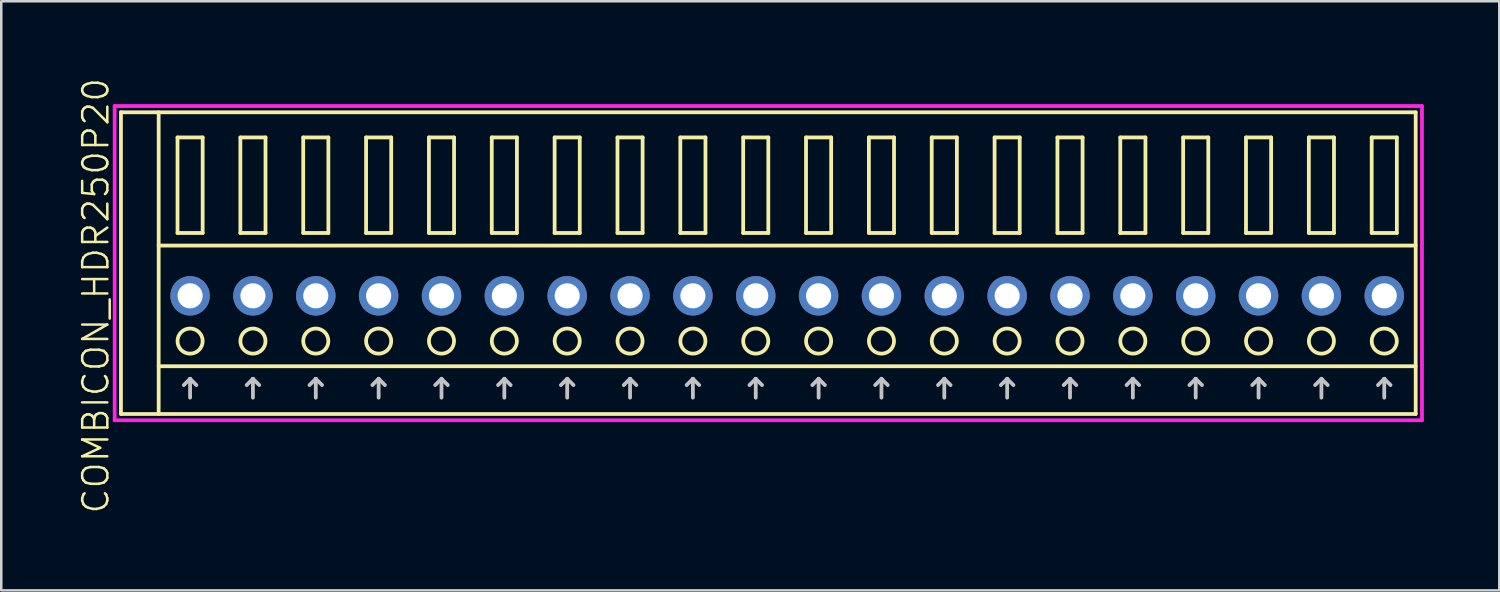
<source format=kicad_pcb>
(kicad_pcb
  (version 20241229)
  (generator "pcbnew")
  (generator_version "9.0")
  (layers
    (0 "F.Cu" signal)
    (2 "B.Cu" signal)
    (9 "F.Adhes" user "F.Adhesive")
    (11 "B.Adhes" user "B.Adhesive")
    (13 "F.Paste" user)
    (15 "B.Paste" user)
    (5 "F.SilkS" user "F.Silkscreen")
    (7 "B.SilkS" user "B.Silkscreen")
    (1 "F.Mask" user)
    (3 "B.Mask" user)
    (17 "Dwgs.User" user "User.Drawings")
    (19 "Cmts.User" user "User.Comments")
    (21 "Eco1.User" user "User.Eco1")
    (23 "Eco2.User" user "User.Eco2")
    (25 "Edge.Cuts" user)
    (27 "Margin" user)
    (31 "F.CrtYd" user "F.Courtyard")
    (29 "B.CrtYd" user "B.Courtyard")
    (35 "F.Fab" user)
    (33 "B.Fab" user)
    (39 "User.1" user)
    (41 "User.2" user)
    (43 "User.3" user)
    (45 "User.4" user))
  (footprint "COMBICON_HDR250P20"
    (layer "F.Cu")
    (at 28.261 8.717)
    (property "Reference" "COMBICON_HDR250P20" (at -27.5 0 90) (layer "F.SilkS") (effects (font (size 1 1) (thickness 0.1))))
    (attr through_hole)
    (fp_line (start -26.5 -7.3) (end -26.5 4.7) (stroke (width 0.15) (type solid)) (layer "F.SilkS"))
    (fp_line (start -26.5 4.7) (end 25 4.7) (stroke (width 0.15) (type solid)) (layer "F.SilkS"))
    (fp_line (start -25 -2) (end 25 -2) (stroke (width 0.15) (type solid)) (layer "F.SilkS"))
    (fp_line (start -25 2.8) (end 25 2.8) (stroke (width 0.15) (type solid)) (layer "F.SilkS"))
    (fp_line (start -25 4.7) (end -25 -7.3) (stroke (width 0.15) (type solid)) (layer "F.SilkS"))
    (fp_line (start -24.25 -6.3) (end -24.25 -2.5) (stroke (width 0.15) (type solid)) (layer "F.SilkS"))
    (fp_line (start -24.25 -2.5) (end -23.25 -2.5) (stroke (width 0.15) (type solid)) (layer "F.SilkS"))
    (fp_line (start -23.25 -6.3) (end -24.25 -6.3) (stroke (width 0.15) (type solid)) (layer "F.SilkS"))
    (fp_line (start -23.25 -2.5) (end -23.25 -6.3) (stroke (width 0.15) (type solid)) (layer "F.SilkS"))
    (fp_line (start -21.75 -6.3) (end -21.75 -2.5) (stroke (width 0.15) (type solid)) (layer "F.SilkS"))
    (fp_line (start -21.75 -2.5) (end -20.75 -2.5) (stroke (width 0.15) (type solid)) (layer "F.SilkS"))
    (fp_line (start -20.75 -6.3) (end -21.75 -6.3) (stroke (width 0.15) (type solid)) (layer "F.SilkS"))
    (fp_line (start -20.75 -2.5) (end -20.75 -6.3) (stroke (width 0.15) (type solid)) (layer "F.SilkS"))
    (fp_line (start -19.25 -6.3) (end -19.25 -2.5) (stroke (width 0.15) (type solid)) (layer "F.SilkS"))
    (fp_line (start -19.25 -2.5) (end -18.25 -2.5) (stroke (width 0.15) (type solid)) (layer "F.SilkS"))
    (fp_line (start -18.25 -6.3) (end -19.25 -6.3) (stroke (width 0.15) (type solid)) (layer "F.SilkS"))
    (fp_line (start -18.25 -2.5) (end -18.25 -6.3) (stroke (width 0.15) (type solid)) (layer "F.SilkS"))
    (fp_line (start -16.75 -6.3) (end -16.75 -2.5) (stroke (width 0.15) (type solid)) (layer "F.SilkS"))
    (fp_line (start -16.75 -2.5) (end -15.75 -2.5) (stroke (width 0.15) (type solid)) (layer "F.SilkS"))
    (fp_line (start -15.75 -6.3) (end -16.75 -6.3) (stroke (width 0.15) (type solid)) (layer "F.SilkS"))
    (fp_line (start -15.75 -2.5) (end -15.75 -6.3) (stroke (width 0.15) (type solid)) (layer "F.SilkS"))
    (fp_line (start -14.25 -6.3) (end -14.25 -2.5) (stroke (width 0.15) (type solid)) (layer "F.SilkS"))
    (fp_line (start -14.25 -2.5) (end -13.25 -2.5) (stroke (width 0.15) (type solid)) (layer "F.SilkS"))
    (fp_line (start -13.25 -6.3) (end -14.25 -6.3) (stroke (width 0.15) (type solid)) (layer "F.SilkS"))
    (fp_line (start -13.25 -2.5) (end -13.25 -6.3) (stroke (width 0.15) (type solid)) (layer "F.SilkS"))
    (fp_line (start -11.75 -6.3) (end -11.75 -2.5) (stroke (width 0.15) (type solid)) (layer "F.SilkS"))
    (fp_line (start -11.75 -2.5) (end -10.75 -2.5) (stroke (width 0.15) (type solid)) (layer "F.SilkS"))
    (fp_line (start -10.75 -6.3) (end -11.75 -6.3) (stroke (width 0.15) (type solid)) (layer "F.SilkS"))
    (fp_line (start -10.75 -2.5) (end -10.75 -6.3) (stroke (width 0.15) (type solid)) (layer "F.SilkS"))
    (fp_line (start -9.25 -6.3) (end -9.25 -2.5) (stroke (width 0.15) (type solid)) (layer "F.SilkS"))
    (fp_line (start -9.25 -2.5) (end -8.25 -2.5) (stroke (width 0.15) (type solid)) (layer "F.SilkS"))
    (fp_line (start -8.25 -6.3) (end -9.25 -6.3) (stroke (width 0.15) (type solid)) (layer "F.SilkS"))
    (fp_line (start -8.25 -2.5) (end -8.25 -6.3) (stroke (width 0.15) (type solid)) (layer "F.SilkS"))
    (fp_line (start -6.75 -6.3) (end -6.75 -2.5) (stroke (width 0.15) (type solid)) (layer "F.SilkS"))
    (fp_line (start -6.75 -2.5) (end -5.75 -2.5) (stroke (width 0.15) (type solid)) (layer "F.SilkS"))
    (fp_line (start -5.75 -6.3) (end -6.75 -6.3) (stroke (width 0.15) (type solid)) (layer "F.SilkS"))
    (fp_line (start -5.75 -2.5) (end -5.75 -6.3) (stroke (width 0.15) (type solid)) (layer "F.SilkS"))
    (fp_line (start -4.25 -6.3) (end -4.25 -2.5) (stroke (width 0.15) (type solid)) (layer "F.SilkS"))
    (fp_line (start -4.25 -2.5) (end -3.25 -2.5) (stroke (width 0.15) (type solid)) (layer "F.SilkS"))
    (fp_line (start -3.25 -6.3) (end -4.25 -6.3) (stroke (width 0.15) (type solid)) (layer "F.SilkS"))
    (fp_line (start -3.25 -2.5) (end -3.25 -6.3) (stroke (width 0.15) (type solid)) (layer "F.SilkS"))
    (fp_line (start -1.75 -6.3) (end -1.75 -2.5) (stroke (width 0.15) (type solid)) (layer "F.SilkS"))
    (fp_line (start -1.75 -2.5) (end -0.75 -2.5) (stroke (width 0.15) (type solid)) (layer "F.SilkS"))
    (fp_line (start -0.75 -6.3) (end -1.75 -6.3) (stroke (width 0.15) (type solid)) (layer "F.SilkS"))
    (fp_line (start -0.75 -2.5) (end -0.75 -6.3) (stroke (width 0.15) (type solid)) (layer "F.SilkS"))
    (fp_line (start 0.75 -6.3) (end 0.75 -2.5) (stroke (width 0.15) (type solid)) (layer "F.SilkS"))
    (fp_line (start 0.75 -2.5) (end 1.75 -2.5) (stroke (width 0.15) (type solid)) (layer "F.SilkS"))
    (fp_line (start 1.75 -6.3) (end 0.75 -6.3) (stroke (width 0.15) (type solid)) (layer "F.SilkS"))
    (fp_line (start 1.75 -2.5) (end 1.75 -6.3) (stroke (width 0.15) (type solid)) (layer "F.SilkS"))
    (fp_line (start 3.25 -6.3) (end 3.25 -2.5) (stroke (width 0.15) (type solid)) (layer "F.SilkS"))
    (fp_line (start 3.25 -2.5) (end 4.25 -2.5) (stroke (width 0.15) (type solid)) (layer "F.SilkS"))
    (fp_line (start 4.25 -6.3) (end 3.25 -6.3) (stroke (width 0.15) (type solid)) (layer "F.SilkS"))
    (fp_line (start 4.25 -2.5) (end 4.25 -6.3) (stroke (width 0.15) (type solid)) (layer "F.SilkS"))
    (fp_line (start 5.75 -6.3) (end 5.75 -2.5) (stroke (width 0.15) (type solid)) (layer "F.SilkS"))
    (fp_line (start 5.75 -2.5) (end 6.75 -2.5) (stroke (width 0.15) (type solid)) (layer "F.SilkS"))
    (fp_line (start 6.75 -6.3) (end 5.75 -6.3) (stroke (width 0.15) (type solid)) (layer "F.SilkS"))
    (fp_line (start 6.75 -2.5) (end 6.75 -6.3) (stroke (width 0.15) (type solid)) (layer "F.SilkS"))
    (fp_line (start 8.25 -6.3) (end 8.25 -2.5) (stroke (width 0.15) (type solid)) (layer "F.SilkS"))
    (fp_line (start 8.25 -2.5) (end 9.25 -2.5) (stroke (width 0.15) (type solid)) (layer "F.SilkS"))
    (fp_line (start 9.25 -6.3) (end 8.25 -6.3) (stroke (width 0.15) (type solid)) (layer "F.SilkS"))
    (fp_line (start 9.25 -2.5) (end 9.25 -6.3) (stroke (width 0.15) (type solid)) (layer "F.SilkS"))
    (fp_line (start 10.75 -6.3) (end 10.75 -2.5) (stroke (width 0.15) (type solid)) (layer "F.SilkS"))
    (fp_line (start 10.75 -2.5) (end 11.75 -2.5) (stroke (width 0.15) (type solid)) (layer "F.SilkS"))
    (fp_line (start 11.75 -6.3) (end 10.75 -6.3) (stroke (width 0.15) (type solid)) (layer "F.SilkS"))
    (fp_line (start 11.75 -2.5) (end 11.75 -6.3) (stroke (width 0.15) (type solid)) (layer "F.SilkS"))
    (fp_line (start 13.25 -6.3) (end 13.25 -2.5) (stroke (width 0.15) (type solid)) (layer "F.SilkS"))
    (fp_line (start 13.25 -2.5) (end 14.25 -2.5) (stroke (width 0.15) (type solid)) (layer "F.SilkS"))
    (fp_line (start 14.25 -6.3) (end 13.25 -6.3) (stroke (width 0.15) (type solid)) (layer "F.SilkS"))
    (fp_line (start 14.25 -2.5) (end 14.25 -6.3) (stroke (width 0.15) (type solid)) (layer "F.SilkS"))
    (fp_line (start 15.75 -6.3) (end 15.75 -2.5) (stroke (width 0.15) (type solid)) (layer "F.SilkS"))
    (fp_line (start 15.75 -2.5) (end 16.75 -2.5) (stroke (width 0.15) (type solid)) (layer "F.SilkS"))
    (fp_line (start 16.75 -6.3) (end 15.75 -6.3) (stroke (width 0.15) (type solid)) (layer "F.SilkS"))
    (fp_line (start 16.75 -2.5) (end 16.75 -6.3) (stroke (width 0.15) (type solid)) (layer "F.SilkS"))
    (fp_line (start 18.25 -6.3) (end 18.25 -2.5) (stroke (width 0.15) (type solid)) (layer "F.SilkS"))
    (fp_line (start 18.25 -2.5) (end 19.25 -2.5) (stroke (width 0.15) (type solid)) (layer "F.SilkS"))
    (fp_line (start 19.25 -6.3) (end 18.25 -6.3) (stroke (width 0.15) (type solid)) (layer "F.SilkS"))
    (fp_line (start 19.25 -2.5) (end 19.25 -6.3) (stroke (width 0.15) (type solid)) (layer "F.SilkS"))
    (fp_line (start 20.75 -6.3) (end 20.75 -2.5) (stroke (width 0.15) (type solid)) (layer "F.SilkS"))
    (fp_line (start 20.75 -2.5) (end 21.75 -2.5) (stroke (width 0.15) (type solid)) (layer "F.SilkS"))
    (fp_line (start 21.75 -6.3) (end 20.75 -6.3) (stroke (width 0.15) (type solid)) (layer "F.SilkS"))
    (fp_line (start 21.75 -2.5) (end 21.75 -6.3) (stroke (width 0.15) (type solid)) (layer "F.SilkS"))
    (fp_line (start 23.25 -6.3) (end 23.25 -2.5) (stroke (width 0.15) (type solid)) (layer "F.SilkS"))
    (fp_line (start 23.25 -2.5) (end 24.25 -2.5) (stroke (width 0.15) (type solid)) (layer "F.SilkS"))
    (fp_line (start 24.25 -6.3) (end 23.25 -6.3) (stroke (width 0.15) (type solid)) (layer "F.SilkS"))
    (fp_line (start 24.25 -2.5) (end 24.25 -6.3) (stroke (width 0.15) (type solid)) (layer "F.SilkS"))
    (fp_line (start 25 -7.3) (end -26.5 -7.3) (stroke (width 0.15) (type solid)) (layer "F.SilkS"))
    (fp_line (start 25 4.7) (end 25 -7.3) (stroke (width 0.15) (type solid)) (layer "F.SilkS"))
    (fp_circle (center -23.75 1.8) (end -23.25 1.8) (stroke (width 0.15) (type solid)) (fill no) (layer "F.SilkS"))
    (fp_circle (center -21.25 1.8) (end -20.75 1.8) (stroke (width 0.15) (type solid)) (fill no) (layer "F.SilkS"))
    (fp_circle (center -18.75 1.8) (end -18.25 1.8) (stroke (width 0.15) (type solid)) (fill no) (layer "F.SilkS"))
    (fp_circle (center -16.25 1.8) (end -15.75 1.8) (stroke (width 0.15) (type solid)) (fill no) (layer "F.SilkS"))
    (fp_circle (center -13.75 1.8) (end -13.25 1.8) (stroke (width 0.15) (type solid)) (fill no) (layer "F.SilkS"))
    (fp_circle (center -11.25 1.8) (end -10.75 1.8) (stroke (width 0.15) (type solid)) (fill no) (layer "F.SilkS"))
    (fp_circle (center -8.75 1.8) (end -8.25 1.8) (stroke (width 0.15) (type solid)) (fill no) (layer "F.SilkS"))
    (fp_circle (center -6.25 1.8) (end -5.75 1.8) (stroke (width 0.15) (type solid)) (fill no) (layer "F.SilkS"))
    (fp_circle (center -3.75 1.8) (end -3.25 1.8) (stroke (width 0.15) (type solid)) (fill no) (layer "F.SilkS"))
    (fp_circle (center -1.25 1.8) (end -0.75 1.8) (stroke (width 0.15) (type solid)) (fill no) (layer "F.SilkS"))
    (fp_circle (center 1.25 1.8) (end 1.75 1.8) (stroke (width 0.15) (type solid)) (fill no) (layer "F.SilkS"))
    (fp_circle (center 3.75 1.8) (end 4.25 1.8) (stroke (width 0.15) (type solid)) (fill no) (layer "F.SilkS"))
    (fp_circle (center 6.25 1.8) (end 6.75 1.8) (stroke (width 0.15) (type solid)) (fill no) (layer "F.SilkS"))
    (fp_circle (center 8.75 1.8) (end 9.25 1.8) (stroke (width 0.15) (type solid)) (fill no) (layer "F.SilkS"))
    (fp_circle (center 11.25 1.8) (end 11.75 1.8) (stroke (width 0.15) (type solid)) (fill no) (layer "F.SilkS"))
    (fp_circle (center 13.75 1.8) (end 14.25 1.8) (stroke (width 0.15) (type solid)) (fill no) (layer "F.SilkS"))
    (fp_circle (center 16.25 1.8) (end 16.75 1.8) (stroke (width 0.15) (type solid)) (fill no) (layer "F.SilkS"))
    (fp_circle (center 18.75 1.8) (end 19.25 1.8) (stroke (width 0.15) (type solid)) (fill no) (layer "F.SilkS"))
    (fp_circle (center 21.25 1.8) (end 21.75 1.8) (stroke (width 0.15) (type solid)) (fill no) (layer "F.SilkS"))
    (fp_circle (center 23.75 1.8) (end 24.25 1.8) (stroke (width 0.15) (type solid)) (fill no) (layer "F.SilkS"))
    (fp_line (start -24 3.55) (end -23.75 3.3) (stroke (width 0.15) (type solid)) (layer "Dwgs.User"))
    (fp_line (start -23.75 4.05) (end -23.75 3.3) (stroke (width 0.15) (type solid)) (layer "Dwgs.User"))
    (fp_line (start -23.5 3.55) (end -23.75 3.3) (stroke (width 0.15) (type solid)) (layer "Dwgs.User"))
    (fp_line (start -21.5 3.55) (end -21.25 3.3) (stroke (width 0.15) (type solid)) (layer "Dwgs.User"))
    (fp_line (start -21.25 4.05) (end -21.25 3.3) (stroke (width 0.15) (type solid)) (layer "Dwgs.User"))
    (fp_line (start -21 3.55) (end -21.25 3.3) (stroke (width 0.15) (type solid)) (layer "Dwgs.User"))
    (fp_line (start -19 3.55) (end -18.75 3.3) (stroke (width 0.15) (type solid)) (layer "Dwgs.User"))
    (fp_line (start -18.75 4.05) (end -18.75 3.3) (stroke (width 0.15) (type solid)) (layer "Dwgs.User"))
    (fp_line (start -18.5 3.55) (end -18.75 3.3) (stroke (width 0.15) (type solid)) (layer "Dwgs.User"))
    (fp_line (start -16.5 3.55) (end -16.25 3.3) (stroke (width 0.15) (type solid)) (layer "Dwgs.User"))
    (fp_line (start -16.25 4.05) (end -16.25 3.3) (stroke (width 0.15) (type solid)) (layer "Dwgs.User"))
    (fp_line (start -16 3.55) (end -16.25 3.3) (stroke (width 0.15) (type solid)) (layer "Dwgs.User"))
    (fp_line (start -14 3.55) (end -13.75 3.3) (stroke (width 0.15) (type solid)) (layer "Dwgs.User"))
    (fp_line (start -13.75 4.05) (end -13.75 3.3) (stroke (width 0.15) (type solid)) (layer "Dwgs.User"))
    (fp_line (start -13.5 3.55) (end -13.75 3.3) (stroke (width 0.15) (type solid)) (layer "Dwgs.User"))
    (fp_line (start -11.5 3.55) (end -11.25 3.3) (stroke (width 0.15) (type solid)) (layer "Dwgs.User"))
    (fp_line (start -11.25 4.05) (end -11.25 3.3) (stroke (width 0.15) (type solid)) (layer "Dwgs.User"))
    (fp_line (start -11 3.55) (end -11.25 3.3) (stroke (width 0.15) (type solid)) (layer "Dwgs.User"))
    (fp_line (start -9 3.55) (end -8.75 3.3) (stroke (width 0.15) (type solid)) (layer "Dwgs.User"))
    (fp_line (start -8.75 4.05) (end -8.75 3.3) (stroke (width 0.15) (type solid)) (layer "Dwgs.User"))
    (fp_line (start -8.5 3.55) (end -8.75 3.3) (stroke (width 0.15) (type solid)) (layer "Dwgs.User"))
    (fp_line (start -6.5 3.55) (end -6.25 3.3) (stroke (width 0.15) (type solid)) (layer "Dwgs.User"))
    (fp_line (start -6.25 4.05) (end -6.25 3.3) (stroke (width 0.15) (type solid)) (layer "Dwgs.User"))
    (fp_line (start -6 3.55) (end -6.25 3.3) (stroke (width 0.15) (type solid)) (layer "Dwgs.User"))
    (fp_line (start -4 3.55) (end -3.75 3.3) (stroke (width 0.15) (type solid)) (layer "Dwgs.User"))
    (fp_line (start -3.75 4.05) (end -3.75 3.3) (stroke (width 0.15) (type solid)) (layer "Dwgs.User"))
    (fp_line (start -3.5 3.55) (end -3.75 3.3) (stroke (width 0.15) (type solid)) (layer "Dwgs.User"))
    (fp_line (start -1.5 3.55) (end -1.25 3.3) (stroke (width 0.15) (type solid)) (layer "Dwgs.User"))
    (fp_line (start -1.25 4.05) (end -1.25 3.3) (stroke (width 0.15) (type solid)) (layer "Dwgs.User"))
    (fp_line (start -1 3.55) (end -1.25 3.3) (stroke (width 0.15) (type solid)) (layer "Dwgs.User"))
    (fp_line (start 1 3.55) (end 1.25 3.3) (stroke (width 0.15) (type solid)) (layer "Dwgs.User"))
    (fp_line (start 1.25 4.05) (end 1.25 3.3) (stroke (width 0.15) (type solid)) (layer "Dwgs.User"))
    (fp_line (start 1.5 3.55) (end 1.25 3.3) (stroke (width 0.15) (type solid)) (layer "Dwgs.User"))
    (fp_line (start 3.5 3.55) (end 3.75 3.3) (stroke (width 0.15) (type solid)) (layer "Dwgs.User"))
    (fp_line (start 3.75 4.05) (end 3.75 3.3) (stroke (width 0.15) (type solid)) (layer "Dwgs.User"))
    (fp_line (start 4 3.55) (end 3.75 3.3) (stroke (width 0.15) (type solid)) (layer "Dwgs.User"))
    (fp_line (start 6 3.55) (end 6.25 3.3) (stroke (width 0.15) (type solid)) (layer "Dwgs.User"))
    (fp_line (start 6.25 4.05) (end 6.25 3.3) (stroke (width 0.15) (type solid)) (layer "Dwgs.User"))
    (fp_line (start 6.5 3.55) (end 6.25 3.3) (stroke (width 0.15) (type solid)) (layer "Dwgs.User"))
    (fp_line (start 8.5 3.55) (end 8.75 3.3) (stroke (width 0.15) (type solid)) (layer "Dwgs.User"))
    (fp_line (start 8.75 4.05) (end 8.75 3.3) (stroke (width 0.15) (type solid)) (layer "Dwgs.User"))
    (fp_line (start 9 3.55) (end 8.75 3.3) (stroke (width 0.15) (type solid)) (layer "Dwgs.User"))
    (fp_line (start 11 3.55) (end 11.25 3.3) (stroke (width 0.15) (type solid)) (layer "Dwgs.User"))
    (fp_line (start 11.25 4.05) (end 11.25 3.3) (stroke (width 0.15) (type solid)) (layer "Dwgs.User"))
    (fp_line (start 11.5 3.55) (end 11.25 3.3) (stroke (width 0.15) (type solid)) (layer "Dwgs.User"))
    (fp_line (start 13.5 3.55) (end 13.75 3.3) (stroke (width 0.15) (type solid)) (layer "Dwgs.User"))
    (fp_line (start 13.75 4.05) (end 13.75 3.3) (stroke (width 0.15) (type solid)) (layer "Dwgs.User"))
    (fp_line (start 14 3.55) (end 13.75 3.3) (stroke (width 0.15) (type solid)) (layer "Dwgs.User"))
    (fp_line (start 16 3.55) (end 16.25 3.3) (stroke (width 0.15) (type solid)) (layer "Dwgs.User"))
    (fp_line (start 16.25 4.05) (end 16.25 3.3) (stroke (width 0.15) (type solid)) (layer "Dwgs.User"))
    (fp_line (start 16.5 3.55) (end 16.25 3.3) (stroke (width 0.15) (type solid)) (layer "Dwgs.User"))
    (fp_line (start 18.5 3.55) (end 18.75 3.3) (stroke (width 0.15) (type solid)) (layer "Dwgs.User"))
    (fp_line (start 18.75 4.05) (end 18.75 3.3) (stroke (width 0.15) (type solid)) (layer "Dwgs.User"))
    (fp_line (start 19 3.55) (end 18.75 3.3) (stroke (width 0.15) (type solid)) (layer "Dwgs.User"))
    (fp_line (start 21 3.55) (end 21.25 3.3) (stroke (width 0.15) (type solid)) (layer "Dwgs.User"))
    (fp_line (start 21.25 4.05) (end 21.25 3.3) (stroke (width 0.15) (type solid)) (layer "Dwgs.User"))
    (fp_line (start 21.5 3.55) (end 21.25 3.3) (stroke (width 0.15) (type solid)) (layer "Dwgs.User"))
    (fp_line (start 23.5 3.55) (end 23.75 3.3) (stroke (width 0.15) (type solid)) (layer "Dwgs.User"))
    (fp_line (start 23.75 4.05) (end 23.75 3.3) (stroke (width 0.15) (type solid)) (layer "Dwgs.User"))
    (fp_line (start 24 3.55) (end 23.75 3.3) (stroke (width 0.15) (type solid)) (layer "Dwgs.User"))
    (fp_line (start -26.75 -7.55) (end -26.75 4.95) (stroke (width 0.15) (type solid)) (layer "F.CrtYd"))
    (fp_line (start -26.75 4.95) (end 25.25 4.95) (stroke (width 0.15) (type solid)) (layer "F.CrtYd"))
    (fp_line (start 25.25 -7.55) (end -26.75 -7.55) (stroke (width 0.15) (type solid)) (layer "F.CrtYd"))
    (fp_line (start 25.25 4.95) (end 25.25 -7.55) (stroke (width 0.15) (type solid)) (layer "F.CrtYd"))
    (pad "1" thru_hole oval (at -23.75 0) (size 1.57 1.57) (drill 1) (layers "*.Cu" "*.Mask"))
    (pad "2" thru_hole oval (at -21.25 0) (size 1.57 1.57) (drill 1) (layers "*.Cu" "*.Mask"))
    (pad "3" thru_hole oval (at -18.75 0) (size 1.57 1.57) (drill 1) (layers "*.Cu" "*.Mask"))
    (pad "4" thru_hole oval (at -16.25 0) (size 1.57 1.57) (drill 1) (layers "*.Cu" "*.Mask"))
    (pad "5" thru_hole oval (at -13.75 0) (size 1.57 1.57) (drill 1) (layers "*.Cu" "*.Mask"))
    (pad "6" thru_hole oval (at -11.25 0) (size 1.57 1.57) (drill 1) (layers "*.Cu" "*.Mask"))
    (pad "7" thru_hole oval (at -8.75 0) (size 1.57 1.57) (drill 1) (layers "*.Cu" "*.Mask"))
    (pad "8" thru_hole oval (at -6.25 0) (size 1.57 1.57) (drill 1) (layers "*.Cu" "*.Mask"))
    (pad "9" thru_hole oval (at -3.75 0) (size 1.57 1.57) (drill 1) (layers "*.Cu" "*.Mask"))
    (pad "10" thru_hole oval (at -1.25 0) (size 1.57 1.57) (drill 1) (layers "*.Cu" "*.Mask"))
    (pad "11" thru_hole oval (at 1.25 0) (size 1.57 1.57) (drill 1) (layers "*.Cu" "*.Mask"))
    (pad "12" thru_hole oval (at 3.75 0) (size 1.57 1.57) (drill 1) (layers "*.Cu" "*.Mask"))
    (pad "13" thru_hole oval (at 6.25 0) (size 1.57 1.57) (drill 1) (layers "*.Cu" "*.Mask"))
    (pad "14" thru_hole oval (at 8.75 0) (size 1.57 1.57) (drill 1) (layers "*.Cu" "*.Mask"))
    (pad "15" thru_hole oval (at 11.25 0) (size 1.57 1.57) (drill 1) (layers "*.Cu" "*.Mask"))
    (pad "16" thru_hole oval (at 13.75 0) (size 1.57 1.57) (drill 1) (layers "*.Cu" "*.Mask"))
    (pad "17" thru_hole oval (at 16.25 0) (size 1.57 1.57) (drill 1) (layers "*.Cu" "*.Mask"))
    (pad "18" thru_hole oval (at 18.75 0) (size 1.57 1.57) (drill 1) (layers "*.Cu" "*.Mask"))
    (pad "19" thru_hole oval (at 21.25 0) (size 1.57 1.57) (drill 1) (layers "*.Cu" "*.Mask"))
    (pad "20" thru_hole oval (at 23.75 0) (size 1.57 1.57) (drill 1) (layers "*.Cu" "*.Mask")))
  (gr_rect
    (start -3 -3)
    (end 56.586 20.433)
    (stroke (width 0.1) (type default))
    (fill no)
    (layer "Edge.Cuts")))
</source>
